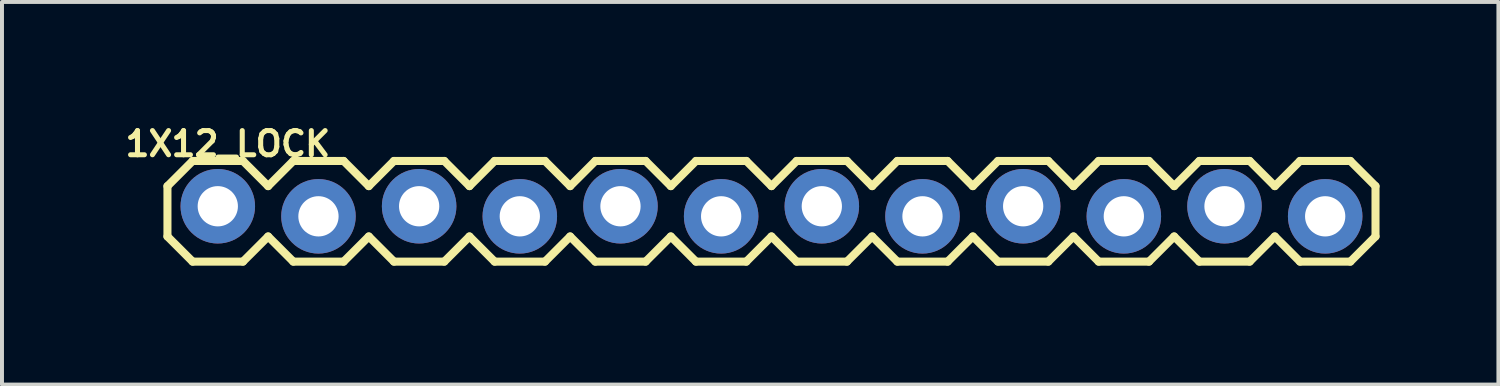
<source format=kicad_pcb>
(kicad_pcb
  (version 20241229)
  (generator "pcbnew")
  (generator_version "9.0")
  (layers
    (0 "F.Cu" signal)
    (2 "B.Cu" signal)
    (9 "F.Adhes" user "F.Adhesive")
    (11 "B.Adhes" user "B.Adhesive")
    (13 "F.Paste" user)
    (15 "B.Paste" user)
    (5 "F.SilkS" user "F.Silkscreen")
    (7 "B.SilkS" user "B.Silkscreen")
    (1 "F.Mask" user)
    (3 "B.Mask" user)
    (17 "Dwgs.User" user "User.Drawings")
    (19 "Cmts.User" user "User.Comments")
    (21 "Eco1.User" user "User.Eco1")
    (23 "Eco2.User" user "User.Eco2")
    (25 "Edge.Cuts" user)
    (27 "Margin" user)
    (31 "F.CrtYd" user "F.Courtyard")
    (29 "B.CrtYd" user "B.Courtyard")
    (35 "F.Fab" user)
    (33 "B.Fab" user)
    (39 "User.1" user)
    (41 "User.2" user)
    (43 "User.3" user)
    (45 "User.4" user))
  (footprint "1X12_LOCK"
    (layer "F.Cu")
    (at 2.445 2.281)
    (property "Reference" "1X12_LOCK" (at 0.254 -1.702 0) (layer "F.SilkS") (effects (font (size 0.61 0.61) (thickness 0.127))))
    (attr exclude_from_pos_files exclude_from_bom)
    (fp_line (start -1.27 -0.635) (end -1.27 0.635) (stroke (width 0.203) (type solid)) (layer "F.SilkS"))
    (fp_line (start -1.27 0.635) (end -0.635 1.27) (stroke (width 0.203) (type solid)) (layer "F.SilkS"))
    (fp_line (start -0.635 -1.27) (end -1.27 -0.635) (stroke (width 0.203) (type solid)) (layer "F.SilkS"))
    (fp_line (start -0.635 -1.27) (end 0.635 -1.27) (stroke (width 0.203) (type solid)) (layer "F.SilkS"))
    (fp_line (start 0.635 -1.27) (end 1.27 -0.635) (stroke (width 0.203) (type solid)) (layer "F.SilkS"))
    (fp_line (start 0.635 1.27) (end -0.635 1.27) (stroke (width 0.203) (type solid)) (layer "F.SilkS"))
    (fp_line (start 1.27 -0.635) (end 1.905 -1.27) (stroke (width 0.203) (type solid)) (layer "F.SilkS"))
    (fp_line (start 1.27 0.635) (end 0.635 1.27) (stroke (width 0.203) (type solid)) (layer "F.SilkS"))
    (fp_line (start 1.905 -1.27) (end 3.175 -1.27) (stroke (width 0.203) (type solid)) (layer "F.SilkS"))
    (fp_line (start 1.905 1.27) (end 1.27 0.635) (stroke (width 0.203) (type solid)) (layer "F.SilkS"))
    (fp_line (start 3.175 -1.27) (end 3.81 -0.635) (stroke (width 0.203) (type solid)) (layer "F.SilkS"))
    (fp_line (start 3.175 1.27) (end 1.905 1.27) (stroke (width 0.203) (type solid)) (layer "F.SilkS"))
    (fp_line (start 3.81 -0.635) (end 4.445 -1.27) (stroke (width 0.203) (type solid)) (layer "F.SilkS"))
    (fp_line (start 3.81 0.635) (end 3.175 1.27) (stroke (width 0.203) (type solid)) (layer "F.SilkS"))
    (fp_line (start 4.445 -1.27) (end 5.715 -1.27) (stroke (width 0.203) (type solid)) (layer "F.SilkS"))
    (fp_line (start 4.445 1.27) (end 3.81 0.635) (stroke (width 0.203) (type solid)) (layer "F.SilkS"))
    (fp_line (start 5.715 -1.27) (end 6.35 -0.635) (stroke (width 0.203) (type solid)) (layer "F.SilkS"))
    (fp_line (start 5.715 1.27) (end 4.445 1.27) (stroke (width 0.203) (type solid)) (layer "F.SilkS"))
    (fp_line (start 6.35 0.635) (end 5.715 1.27) (stroke (width 0.203) (type solid)) (layer "F.SilkS"))
    (fp_line (start 6.35 0.635) (end 6.985 1.27) (stroke (width 0.203) (type solid)) (layer "F.SilkS"))
    (fp_line (start 6.985 -1.27) (end 6.35 -0.635) (stroke (width 0.203) (type solid)) (layer "F.SilkS"))
    (fp_line (start 6.985 -1.27) (end 8.255 -1.27) (stroke (width 0.203) (type solid)) (layer "F.SilkS"))
    (fp_line (start 8.255 -1.27) (end 8.89 -0.635) (stroke (width 0.203) (type solid)) (layer "F.SilkS"))
    (fp_line (start 8.255 1.27) (end 6.985 1.27) (stroke (width 0.203) (type solid)) (layer "F.SilkS"))
    (fp_line (start 8.89 -0.635) (end 9.525 -1.27) (stroke (width 0.203) (type solid)) (layer "F.SilkS"))
    (fp_line (start 8.89 0.635) (end 8.255 1.27) (stroke (width 0.203) (type solid)) (layer "F.SilkS"))
    (fp_line (start 9.525 -1.27) (end 10.795 -1.27) (stroke (width 0.203) (type solid)) (layer "F.SilkS"))
    (fp_line (start 9.525 1.27) (end 8.89 0.635) (stroke (width 0.203) (type solid)) (layer "F.SilkS"))
    (fp_line (start 10.795 -1.27) (end 11.43 -0.635) (stroke (width 0.203) (type solid)) (layer "F.SilkS"))
    (fp_line (start 10.795 1.27) (end 9.525 1.27) (stroke (width 0.203) (type solid)) (layer "F.SilkS"))
    (fp_line (start 11.43 -0.635) (end 12.065 -1.27) (stroke (width 0.203) (type solid)) (layer "F.SilkS"))
    (fp_line (start 11.43 0.635) (end 10.795 1.27) (stroke (width 0.203) (type solid)) (layer "F.SilkS"))
    (fp_line (start 12.065 -1.27) (end 13.335 -1.27) (stroke (width 0.203) (type solid)) (layer "F.SilkS"))
    (fp_line (start 12.065 1.27) (end 11.43 0.635) (stroke (width 0.203) (type solid)) (layer "F.SilkS"))
    (fp_line (start 13.335 -1.27) (end 13.97 -0.635) (stroke (width 0.203) (type solid)) (layer "F.SilkS"))
    (fp_line (start 13.335 1.27) (end 12.065 1.27) (stroke (width 0.203) (type solid)) (layer "F.SilkS"))
    (fp_line (start 13.97 0.635) (end 13.335 1.27) (stroke (width 0.203) (type solid)) (layer "F.SilkS"))
    (fp_line (start 13.97 0.635) (end 14.605 1.27) (stroke (width 0.203) (type solid)) (layer "F.SilkS"))
    (fp_line (start 14.605 -1.27) (end 13.97 -0.635) (stroke (width 0.203) (type solid)) (layer "F.SilkS"))
    (fp_line (start 14.605 -1.27) (end 15.875 -1.27) (stroke (width 0.203) (type solid)) (layer "F.SilkS"))
    (fp_line (start 15.875 -1.27) (end 16.51 -0.635) (stroke (width 0.203) (type solid)) (layer "F.SilkS"))
    (fp_line (start 15.875 1.27) (end 14.605 1.27) (stroke (width 0.203) (type solid)) (layer "F.SilkS"))
    (fp_line (start 16.51 0.635) (end 15.875 1.27) (stroke (width 0.203) (type solid)) (layer "F.SilkS"))
    (fp_line (start 16.51 0.635) (end 17.145 1.27) (stroke (width 0.203) (type solid)) (layer "F.SilkS"))
    (fp_line (start 17.145 -1.27) (end 16.51 -0.635) (stroke (width 0.203) (type solid)) (layer "F.SilkS"))
    (fp_line (start 17.145 -1.27) (end 18.415 -1.27) (stroke (width 0.203) (type solid)) (layer "F.SilkS"))
    (fp_line (start 18.415 -1.27) (end 19.05 -0.635) (stroke (width 0.203) (type solid)) (layer "F.SilkS"))
    (fp_line (start 18.415 1.27) (end 17.145 1.27) (stroke (width 0.203) (type solid)) (layer "F.SilkS"))
    (fp_line (start 19.05 0.635) (end 18.415 1.27) (stroke (width 0.203) (type solid)) (layer "F.SilkS"))
    (fp_line (start 19.05 0.635) (end 19.685 1.27) (stroke (width 0.203) (type solid)) (layer "F.SilkS"))
    (fp_line (start 19.685 -1.27) (end 19.05 -0.635) (stroke (width 0.203) (type solid)) (layer "F.SilkS"))
    (fp_line (start 19.685 -1.27) (end 20.955 -1.27) (stroke (width 0.203) (type solid)) (layer "F.SilkS"))
    (fp_line (start 20.955 -1.27) (end 21.59 -0.635) (stroke (width 0.203) (type solid)) (layer "F.SilkS"))
    (fp_line (start 20.955 1.27) (end 19.685 1.27) (stroke (width 0.203) (type solid)) (layer "F.SilkS"))
    (fp_line (start 21.59 0.635) (end 20.955 1.27) (stroke (width 0.203) (type solid)) (layer "F.SilkS"))
    (fp_line (start 21.59 0.635) (end 22.225 1.27) (stroke (width 0.203) (type solid)) (layer "F.SilkS"))
    (fp_line (start 22.225 -1.27) (end 21.59 -0.635) (stroke (width 0.203) (type solid)) (layer "F.SilkS"))
    (fp_line (start 22.225 -1.27) (end 23.495 -1.27) (stroke (width 0.203) (type solid)) (layer "F.SilkS"))
    (fp_line (start 23.495 -1.27) (end 24.13 -0.635) (stroke (width 0.203) (type solid)) (layer "F.SilkS"))
    (fp_line (start 23.495 1.27) (end 22.225 1.27) (stroke (width 0.203) (type solid)) (layer "F.SilkS"))
    (fp_line (start 24.13 0.635) (end 23.495 1.27) (stroke (width 0.203) (type solid)) (layer "F.SilkS"))
    (fp_line (start 24.13 0.635) (end 24.765 1.27) (stroke (width 0.203) (type solid)) (layer "F.SilkS"))
    (fp_line (start 24.765 -1.27) (end 24.13 -0.635) (stroke (width 0.203) (type solid)) (layer "F.SilkS"))
    (fp_line (start 24.765 -1.27) (end 26.035 -1.27) (stroke (width 0.203) (type solid)) (layer "F.SilkS"))
    (fp_line (start 26.035 -1.27) (end 26.67 -0.635) (stroke (width 0.203) (type solid)) (layer "F.SilkS"))
    (fp_line (start 26.035 1.27) (end 24.765 1.27) (stroke (width 0.203) (type solid)) (layer "F.SilkS"))
    (fp_line (start 26.67 0.635) (end 26.035 1.27) (stroke (width 0.203) (type solid)) (layer "F.SilkS"))
    (fp_line (start 26.67 0.635) (end 27.305 1.27) (stroke (width 0.203) (type solid)) (layer "F.SilkS"))
    (fp_line (start 27.305 -1.27) (end 26.67 -0.635) (stroke (width 0.203) (type solid)) (layer "F.SilkS"))
    (fp_line (start 27.305 -1.27) (end 28.575 -1.27) (stroke (width 0.203) (type solid)) (layer "F.SilkS"))
    (fp_line (start 28.575 -1.27) (end 29.21 -0.635) (stroke (width 0.203) (type solid)) (layer "F.SilkS"))
    (fp_line (start 28.575 1.27) (end 27.305 1.27) (stroke (width 0.203) (type solid)) (layer "F.SilkS"))
    (fp_line (start 29.21 -0.635) (end 29.21 0.635) (stroke (width 0.203) (type solid)) (layer "F.SilkS"))
    (fp_line (start 29.21 0.635) (end 28.575 1.27) (stroke (width 0.203) (type solid)) (layer "F.SilkS"))
    (fp_line (start -0.254 -0.254) (end 0.254 -0.254) (stroke (width 0.066) (type solid)) (layer "Dwgs.User"))
    (fp_line (start -0.254 0.254) (end -0.254 -0.254) (stroke (width 0.066) (type solid)) (layer "Dwgs.User"))
    (fp_line (start -0.254 0.254) (end 0.254 0.254) (stroke (width 0.066) (type solid)) (layer "Dwgs.User"))
    (fp_line (start 0.254 0.254) (end 0.254 -0.254) (stroke (width 0.066) (type solid)) (layer "Dwgs.User"))
    (fp_line (start 2.286 -0.254) (end 2.794 -0.254) (stroke (width 0.066) (type solid)) (layer "Dwgs.User"))
    (fp_line (start 2.286 0.254) (end 2.286 -0.254) (stroke (width 0.066) (type solid)) (layer "Dwgs.User"))
    (fp_line (start 2.286 0.254) (end 2.794 0.254) (stroke (width 0.066) (type solid)) (layer "Dwgs.User"))
    (fp_line (start 2.794 0.254) (end 2.794 -0.254) (stroke (width 0.066) (type solid)) (layer "Dwgs.User"))
    (fp_line (start 4.826 -0.254) (end 5.334 -0.254) (stroke (width 0.066) (type solid)) (layer "Dwgs.User"))
    (fp_line (start 4.826 0.254) (end 4.826 -0.254) (stroke (width 0.066) (type solid)) (layer "Dwgs.User"))
    (fp_line (start 4.826 0.254) (end 5.334 0.254) (stroke (width 0.066) (type solid)) (layer "Dwgs.User"))
    (fp_line (start 5.334 0.254) (end 5.334 -0.254) (stroke (width 0.066) (type solid)) (layer "Dwgs.User"))
    (fp_line (start 7.366 -0.254) (end 7.874 -0.254) (stroke (width 0.066) (type solid)) (layer "Dwgs.User"))
    (fp_line (start 7.366 0.254) (end 7.366 -0.254) (stroke (width 0.066) (type solid)) (layer "Dwgs.User"))
    (fp_line (start 7.366 0.254) (end 7.874 0.254) (stroke (width 0.066) (type solid)) (layer "Dwgs.User"))
    (fp_line (start 7.874 0.254) (end 7.874 -0.254) (stroke (width 0.066) (type solid)) (layer "Dwgs.User"))
    (fp_line (start 9.906 -0.254) (end 10.414 -0.254) (stroke (width 0.066) (type solid)) (layer "Dwgs.User"))
    (fp_line (start 9.906 0.254) (end 9.906 -0.254) (stroke (width 0.066) (type solid)) (layer "Dwgs.User"))
    (fp_line (start 9.906 0.254) (end 10.414 0.254) (stroke (width 0.066) (type solid)) (layer "Dwgs.User"))
    (fp_line (start 10.414 0.254) (end 10.414 -0.254) (stroke (width 0.066) (type solid)) (layer "Dwgs.User"))
    (fp_line (start 12.446 -0.254) (end 12.954 -0.254) (stroke (width 0.066) (type solid)) (layer "Dwgs.User"))
    (fp_line (start 12.446 0.254) (end 12.446 -0.254) (stroke (width 0.066) (type solid)) (layer "Dwgs.User"))
    (fp_line (start 12.446 0.254) (end 12.954 0.254) (stroke (width 0.066) (type solid)) (layer "Dwgs.User"))
    (fp_line (start 12.954 0.254) (end 12.954 -0.254) (stroke (width 0.066) (type solid)) (layer "Dwgs.User"))
    (fp_line (start 14.986 -0.254) (end 15.494 -0.254) (stroke (width 0.066) (type solid)) (layer "Dwgs.User"))
    (fp_line (start 14.986 0.254) (end 14.986 -0.254) (stroke (width 0.066) (type solid)) (layer "Dwgs.User"))
    (fp_line (start 14.986 0.254) (end 15.494 0.254) (stroke (width 0.066) (type solid)) (layer "Dwgs.User"))
    (fp_line (start 15.494 0.254) (end 15.494 -0.254) (stroke (width 0.066) (type solid)) (layer "Dwgs.User"))
    (fp_line (start 17.523 -0.254) (end 18.034 -0.254) (stroke (width 0.066) (type solid)) (layer "Dwgs.User"))
    (fp_line (start 17.523 0.254) (end 17.523 -0.254) (stroke (width 0.066) (type solid)) (layer "Dwgs.User"))
    (fp_line (start 17.523 0.254) (end 18.034 0.254) (stroke (width 0.066) (type solid)) (layer "Dwgs.User"))
    (fp_line (start 18.034 0.254) (end 18.034 -0.254) (stroke (width 0.066) (type solid)) (layer "Dwgs.User"))
    (fp_line (start 20.066 -0.254) (end 20.574 -0.254) (stroke (width 0.066) (type solid)) (layer "Dwgs.User"))
    (fp_line (start 20.066 0.254) (end 20.066 -0.254) (stroke (width 0.066) (type solid)) (layer "Dwgs.User"))
    (fp_line (start 20.066 0.254) (end 20.574 0.254) (stroke (width 0.066) (type solid)) (layer "Dwgs.User"))
    (fp_line (start 20.574 0.254) (end 20.574 -0.254) (stroke (width 0.066) (type solid)) (layer "Dwgs.User"))
    (fp_line (start 22.606 -0.254) (end 23.114 -0.254) (stroke (width 0.066) (type solid)) (layer "Dwgs.User"))
    (fp_line (start 22.606 0.254) (end 22.606 -0.254) (stroke (width 0.066) (type solid)) (layer "Dwgs.User"))
    (fp_line (start 22.606 0.254) (end 23.114 0.254) (stroke (width 0.066) (type solid)) (layer "Dwgs.User"))
    (fp_line (start 23.114 0.254) (end 23.114 -0.254) (stroke (width 0.066) (type solid)) (layer "Dwgs.User"))
    (fp_line (start 25.146 -0.254) (end 25.654 -0.254) (stroke (width 0.066) (type solid)) (layer "Dwgs.User"))
    (fp_line (start 25.146 0.254) (end 25.146 -0.254) (stroke (width 0.066) (type solid)) (layer "Dwgs.User"))
    (fp_line (start 25.146 0.254) (end 25.654 0.254) (stroke (width 0.066) (type solid)) (layer "Dwgs.User"))
    (fp_line (start 25.654 0.254) (end 25.654 -0.254) (stroke (width 0.066) (type solid)) (layer "Dwgs.User"))
    (fp_line (start 27.686 -0.254) (end 28.194 -0.254) (stroke (width 0.066) (type solid)) (layer "Dwgs.User"))
    (fp_line (start 27.686 0.254) (end 27.686 -0.254) (stroke (width 0.066) (type solid)) (layer "Dwgs.User"))
    (fp_line (start 27.686 0.254) (end 28.194 0.254) (stroke (width 0.066) (type solid)) (layer "Dwgs.User"))
    (fp_line (start 28.194 0.254) (end 28.194 -0.254) (stroke (width 0.066) (type solid)) (layer "Dwgs.User"))
    (pad "1" thru_hole circle (at 0 -0.127) (size 1.88 1.88) (drill 1.016) (layers "*.Cu" "*.Paste" "*.Mask"))
    (pad "2" thru_hole circle (at 2.54 0.127) (size 1.88 1.88) (drill 1.016) (layers "*.Cu" "*.Paste" "*.Mask"))
    (pad "3" thru_hole circle (at 5.08 -0.127) (size 1.88 1.88) (drill 1.016) (layers "*.Cu" "*.Paste" "*.Mask"))
    (pad "4" thru_hole circle (at 7.62 0.127) (size 1.88 1.88) (drill 1.016) (layers "*.Cu" "*.Paste" "*.Mask"))
    (pad "5" thru_hole circle (at 10.16 -0.127) (size 1.88 1.88) (drill 1.016) (layers "*.Cu" "*.Paste" "*.Mask"))
    (pad "6" thru_hole circle (at 12.7 0.127) (size 1.88 1.88) (drill 1.016) (layers "*.Cu" "*.Paste" "*.Mask"))
    (pad "7" thru_hole circle (at 15.24 -0.127) (size 1.88 1.88) (drill 1.016) (layers "*.Cu" "*.Paste" "*.Mask"))
    (pad "8" thru_hole circle (at 17.78 0.127) (size 1.88 1.88) (drill 1.016) (layers "*.Cu" "*.Paste" "*.Mask"))
    (pad "9" thru_hole circle (at 20.32 -0.127) (size 1.88 1.88) (drill 1.016) (layers "*.Cu" "*.Paste" "*.Mask"))
    (pad "10" thru_hole circle (at 22.86 0.127) (size 1.88 1.88) (drill 1.016) (layers "*.Cu" "*.Paste" "*.Mask"))
    (pad "11" thru_hole circle (at 25.4 -0.127) (size 1.88 1.88) (drill 1.016) (layers "*.Cu" "*.Paste" "*.Mask"))
    (pad "12" thru_hole circle (at 27.94 0.127) (size 1.88 1.88) (drill 1.016) (layers "*.Cu" "*.Paste" "*.Mask")))
  (gr_rect
    (start -3 -3)
    (end 34.756 6.653)
    (stroke (width 0.1) (type default))
    (fill no)
    (layer "Edge.Cuts")))
</source>
